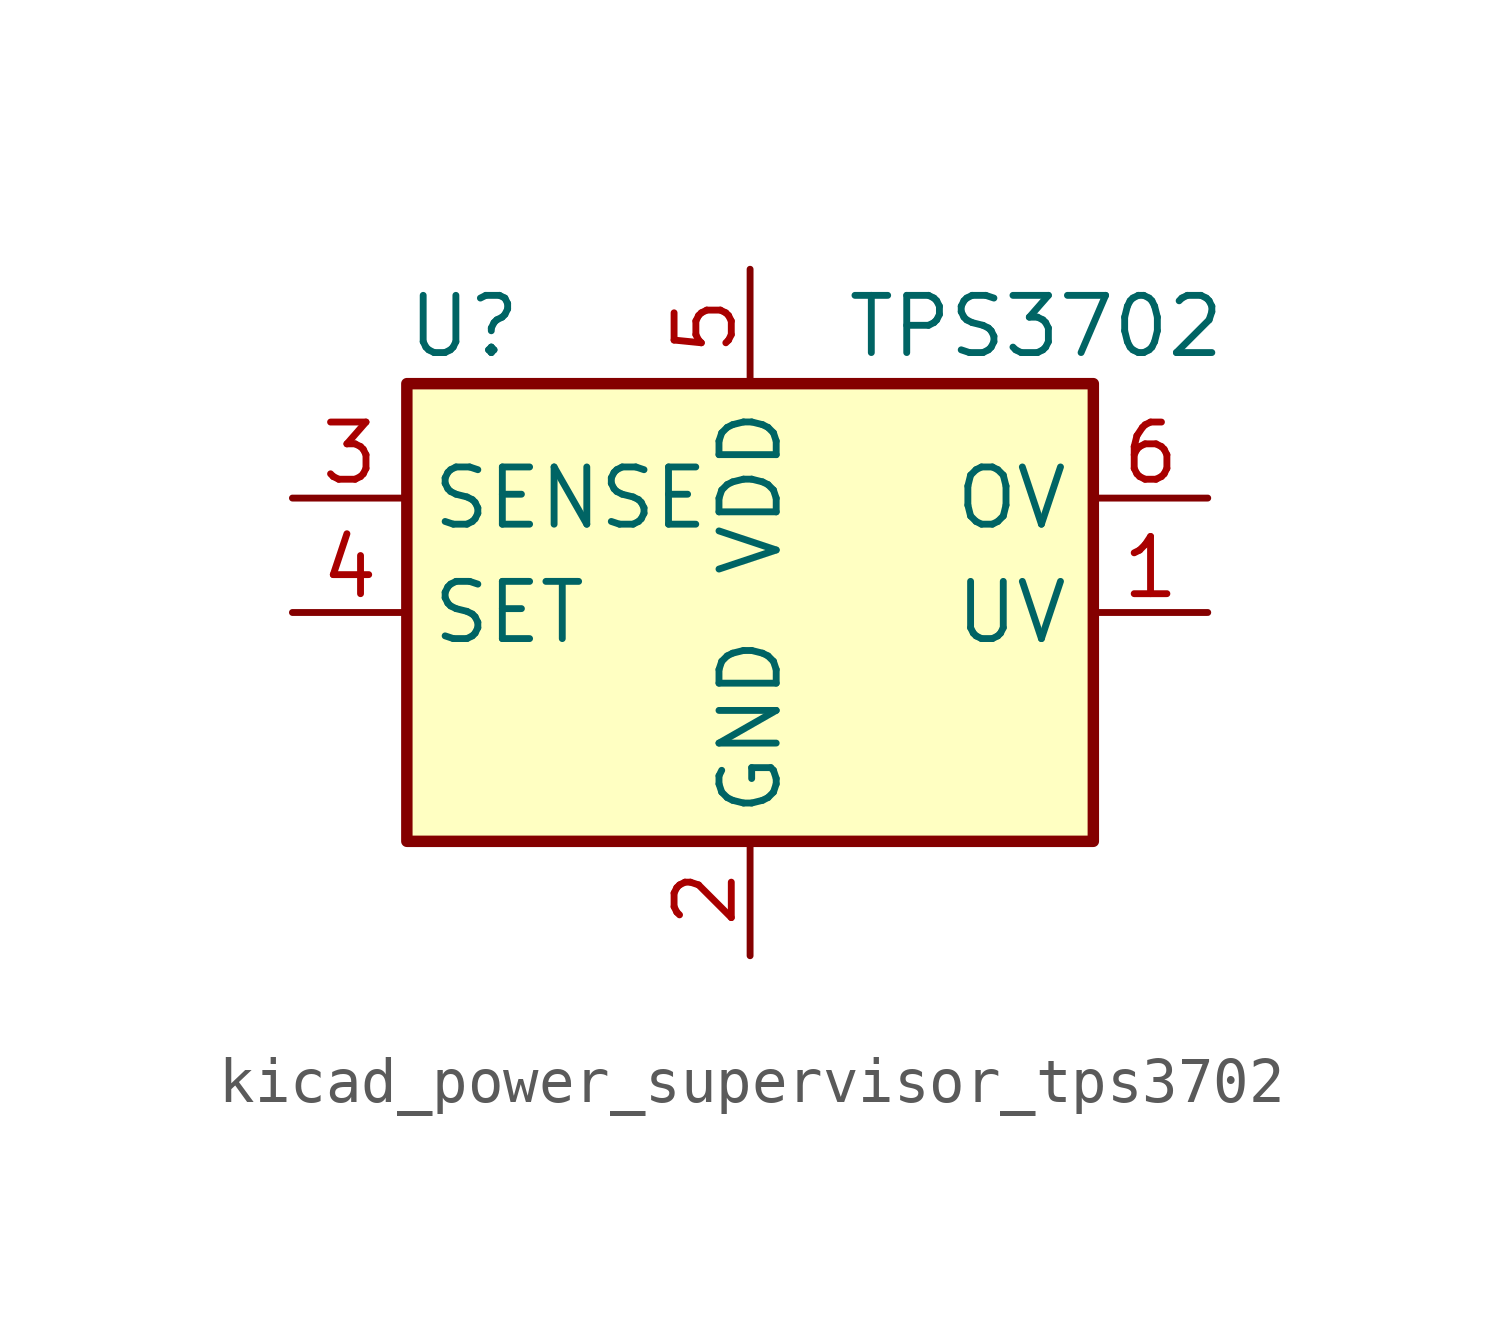
<source format=kicad_sym>
(kicad_symbol_lib
  (version 20220914)
  (generator kicad_symbol_editor)
  (symbol "kicad_power_supervisor_tps3702"
    (property "Reference" "U"
      (at -6.35 6.35 0)
      (effects (font (size 1.27 1.27))))
    (property "Value" "TPS3702"
      (at 6.35 6.35 0)
      (effects (font (size 1.27 1.27))))
    (symbol "kicad_power_supervisor_tps3702_0_1"
      (rectangle (start -7.62 5.08) (end 7.62 -5.08) (stroke (width 0.254) (type default)) (fill (type background))))
    (symbol "kicad_power_supervisor_tps3702_1_1"
      (pin output line (at 10.16 0 180) (length 2.54) (name "UV" (effects (font (size 1.27 1.27)))) (number "1" (effects (font (size 1.27 1.27)))))
      (pin power_in line (at 0 -7.62 90) (length 2.54) (name "GND" (effects (font (size 1.27 1.27)))) (number "2" (effects (font (size 1.27 1.27)))))
      (pin input line (at -10.16 2.54 0) (length 2.54) (name "SENSE" (effects (font (size 1.27 1.27)))) (number "3" (effects (font (size 1.27 1.27)))))
      (pin input line (at -10.16 0 0) (length 2.54) (name "SET" (effects (font (size 1.27 1.27)))) (number "4" (effects (font (size 1.27 1.27)))))
      (pin power_in line (at 0 7.62 270) (length 2.54) (name "VDD" (effects (font (size 1.27 1.27)))) (number "5" (effects (font (size 1.27 1.27)))))
      (pin output line (at 10.16 2.54 180) (length 2.54) (name "OV" (effects (font (size 1.27 1.27)))) (number "6" (effects (font (size 1.27 1.27))))))))
</source>
